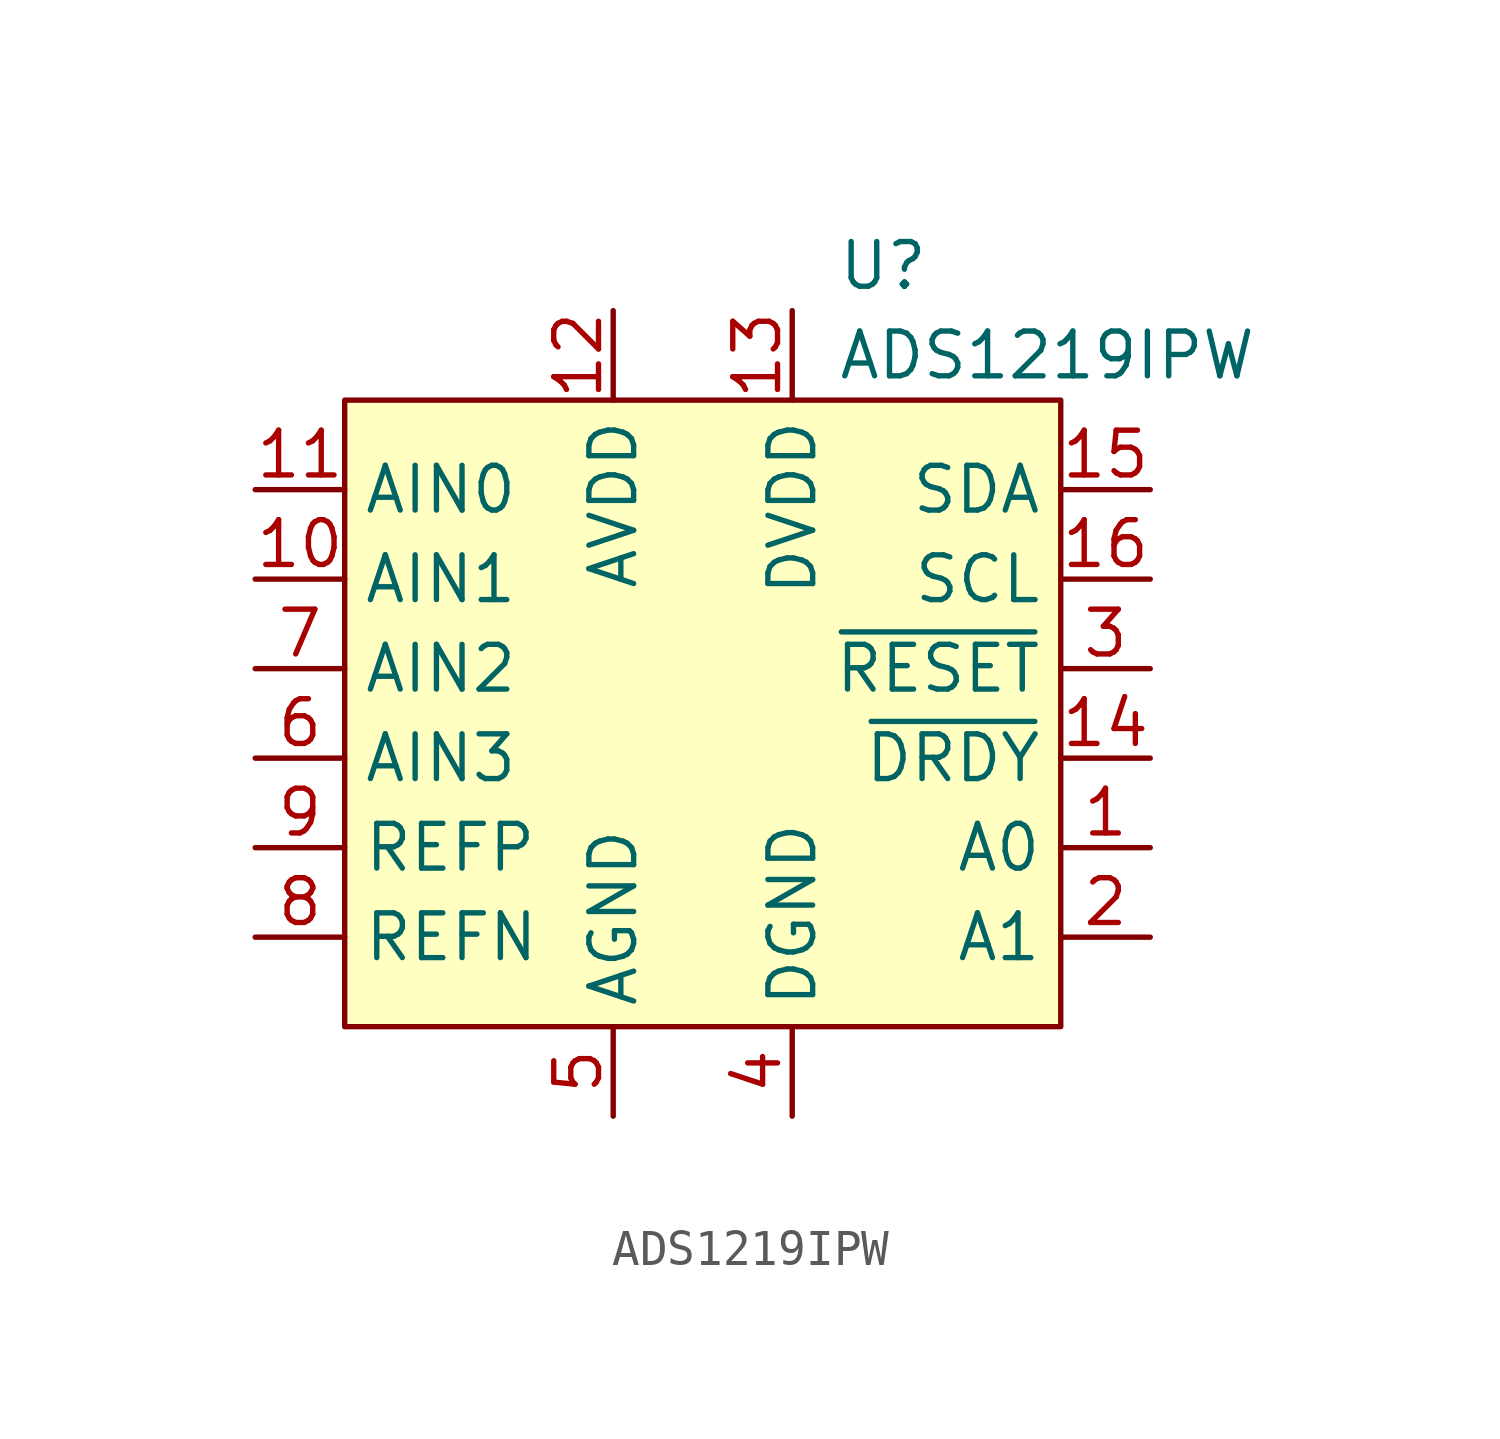
<source format=kicad_sym>
(kicad_symbol_lib
  (version 20220914)
  (generator kicad_symbol_editor)
  (symbol "ADS1219IPW"
    (property "Reference" "U"
      (at 3.81 13.97 0)
      (effects (font (size 1.27 1.27)) (justify left)))
    (property "Value" "ADS1219IPW"
      (at 3.81 11.43 0)
      (effects (font (size 1.27 1.27)) (justify left)))
    (symbol "ADS1219IPW_1_1"
      (rectangle (start -10.16 10.16) (end 10.16 -7.62) (stroke (width 0) (type default)) (fill (type background)))
      (pin input line (at 12.7 -2.54 180) (length 2.54) (name "A0" (effects (font (size 1.27 1.27)))) (number "1" (effects (font (size 1.27 1.27)))))
      (pin input line (at -12.7 5.08 0) (length 2.54) (name "AIN1" (effects (font (size 1.27 1.27)))) (number "10" (effects (font (size 1.27 1.27)))))
      (pin input line (at -12.7 7.62 0) (length 2.54) (name "AIN0" (effects (font (size 1.27 1.27)))) (number "11" (effects (font (size 1.27 1.27)))))
      (pin power_in line (at -2.54 12.7 270) (length 2.54) (name "AVDD" (effects (font (size 1.27 1.27)))) (number "12" (effects (font (size 1.27 1.27)))))
      (pin power_in line (at 2.54 12.7 270) (length 2.54) (name "DVDD" (effects (font (size 1.27 1.27)))) (number "13" (effects (font (size 1.27 1.27)))))
      (pin output line (at 12.7 0 180) (length 2.54) (name "~{DRDY}" (effects (font (size 1.27 1.27)))) (number "14" (effects (font (size 1.27 1.27)))))
      (pin bidirectional line (at 12.7 7.62 180) (length 2.54) (name "SDA" (effects (font (size 1.27 1.27)))) (number "15" (effects (font (size 1.27 1.27)))))
      (pin input line (at 12.7 5.08 180) (length 2.54) (name "SCL" (effects (font (size 1.27 1.27)))) (number "16" (effects (font (size 1.27 1.27)))))
      (pin input line (at 12.7 -5.08 180) (length 2.54) (name "A1" (effects (font (size 1.27 1.27)))) (number "2" (effects (font (size 1.27 1.27)))))
      (pin input line (at 12.7 2.54 180) (length 2.54) (name "~{RESET}" (effects (font (size 1.27 1.27)))) (number "3" (effects (font (size 1.27 1.27)))))
      (pin power_in line (at 2.54 -10.16 90) (length 2.54) (name "DGND" (effects (font (size 1.27 1.27)))) (number "4" (effects (font (size 1.27 1.27)))))
      (pin power_in line (at -2.54 -10.16 90) (length 2.54) (name "AGND" (effects (font (size 1.27 1.27)))) (number "5" (effects (font (size 1.27 1.27)))))
      (pin input line (at -12.7 0 0) (length 2.54) (name "AIN3" (effects (font (size 1.27 1.27)))) (number "6" (effects (font (size 1.27 1.27)))))
      (pin input line (at -12.7 2.54 0) (length 2.54) (name "AIN2" (effects (font (size 1.27 1.27)))) (number "7" (effects (font (size 1.27 1.27)))))
      (pin input line (at -12.7 -5.08 0) (length 2.54) (name "REFN" (effects (font (size 1.27 1.27)))) (number "8" (effects (font (size 1.27 1.27)))))
      (pin input line (at -12.7 -2.54 0) (length 2.54) (name "REFP" (effects (font (size 1.27 1.27)))) (number "9" (effects (font (size 1.27 1.27))))))))
</source>
